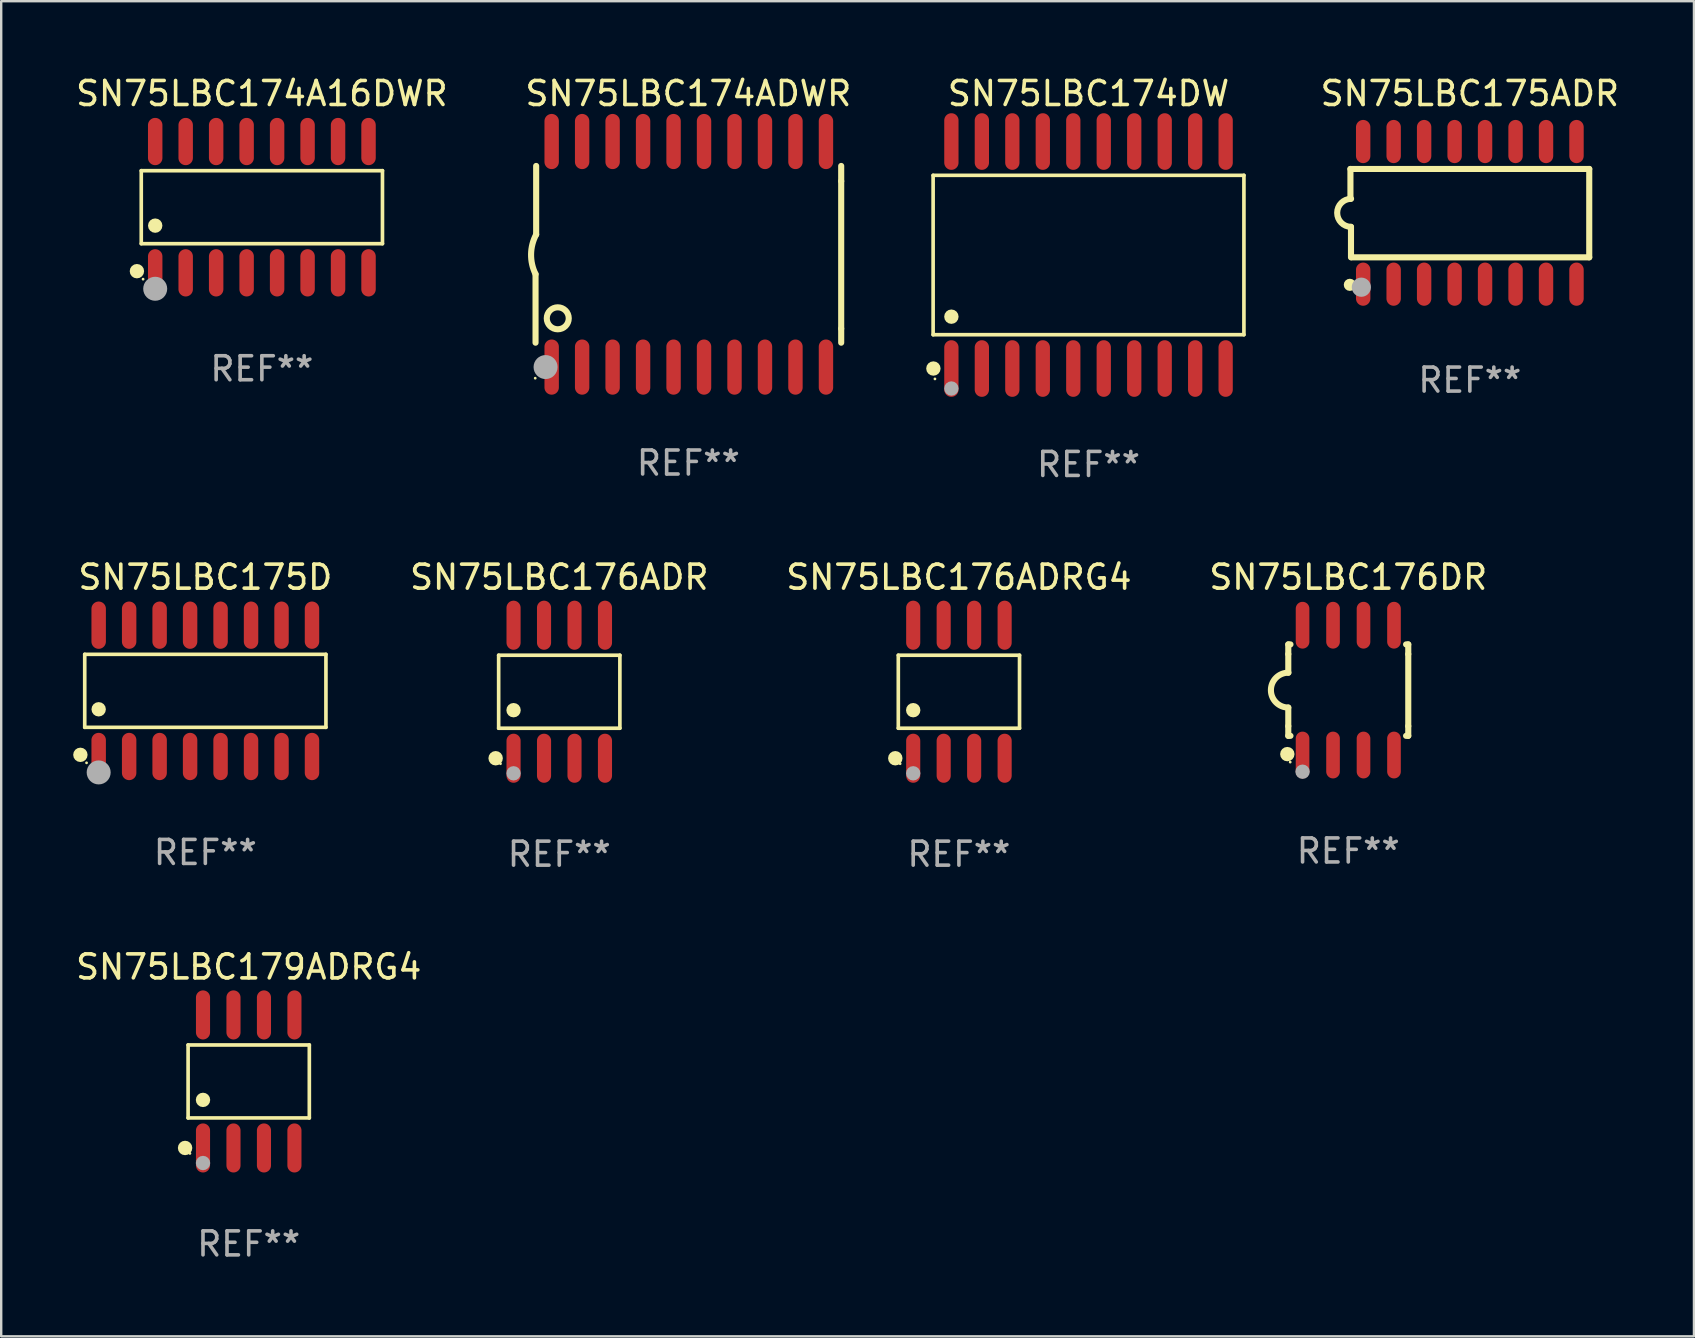
<source format=kicad_pcb>
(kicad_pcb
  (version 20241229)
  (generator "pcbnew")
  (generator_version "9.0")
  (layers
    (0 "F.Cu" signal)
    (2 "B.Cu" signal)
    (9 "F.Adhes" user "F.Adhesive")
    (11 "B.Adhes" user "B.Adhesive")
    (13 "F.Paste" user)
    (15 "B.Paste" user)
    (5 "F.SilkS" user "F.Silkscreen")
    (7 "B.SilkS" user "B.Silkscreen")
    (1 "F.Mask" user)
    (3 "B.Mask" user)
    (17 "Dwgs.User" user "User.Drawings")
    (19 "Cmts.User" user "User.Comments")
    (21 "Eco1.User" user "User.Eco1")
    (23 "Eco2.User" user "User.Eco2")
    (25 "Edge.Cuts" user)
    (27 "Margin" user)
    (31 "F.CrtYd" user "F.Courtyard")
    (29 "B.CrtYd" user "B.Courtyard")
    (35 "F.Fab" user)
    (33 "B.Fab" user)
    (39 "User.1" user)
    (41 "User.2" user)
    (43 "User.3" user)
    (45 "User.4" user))
  (footprint "SN75LBC176ADRG4"
    (layer "F.Cu")
    (at 36.912 25.777)
    (property "Reference" "SN75LBC176ADRG4" (at 0 -4.772 0) (layer "F.SilkS") (effects (font (size 1 1) (thickness 0.15))))
    (attr through_hole)
    (fp_line (start -2.526 -1.521) (end 2.526 -1.521) (stroke (width 0.152) (type solid)) (layer "F.SilkS"))
    (fp_line (start -2.526 1.521) (end -2.526 -1.521) (stroke (width 0.152) (type solid)) (layer "F.SilkS"))
    (fp_line (start 2.526 -1.521) (end 2.526 1.521) (stroke (width 0.152) (type solid)) (layer "F.SilkS"))
    (fp_line (start 2.526 1.521) (end -2.526 1.521) (stroke (width 0.152) (type solid)) (layer "F.SilkS"))
    (fp_circle (center -2.652 2.772) (end -2.501 2.772) (stroke (width 0.3) (type solid)) (fill no) (layer "F.SilkS"))
    (fp_circle (center -2.45 3) (end -2.42 3) (stroke (width 0.06) (type solid)) (fill no) (layer "F.SilkS"))
    (fp_circle (center -1.905 0.769) (end -1.755 0.769) (stroke (width 0.3) (type solid)) (fill no) (layer "F.SilkS"))
    (fp_circle (center -1.905 3.4) (end -1.755 3.4) (stroke (width 0.3) (type solid)) (fill no) (layer "F.Fab"))
    (fp_text user "REF**" (at 0 6.772 0) (layer "F.Fab") (effects (font (size 1 1) (thickness 0.15))))
    (pad "1" smd oval (at -1.905 2.772) (size 0.588 2.045) (layers "F.Cu" "F.Mask" "F.Paste"))
    (pad "2" smd oval (at -0.635 2.772) (size 0.588 2.045) (layers "F.Cu" "F.Mask" "F.Paste"))
    (pad "3" smd oval (at 0.635 2.772) (size 0.588 2.045) (layers "F.Cu" "F.Mask" "F.Paste"))
    (pad "4" smd oval (at 1.905 2.772) (size 0.588 2.045) (layers "F.Cu" "F.Mask" "F.Paste"))
    (pad "5" smd oval (at 1.905 -2.772) (size 0.588 2.045) (layers "F.Cu" "F.Mask" "F.Paste"))
    (pad "6" smd oval (at 0.635 -2.772) (size 0.588 2.045) (layers "F.Cu" "F.Mask" "F.Paste"))
    (pad "7" smd oval (at -0.635 -2.772) (size 0.588 2.045) (layers "F.Cu" "F.Mask" "F.Paste"))
    (pad "8" smd oval (at -1.905 -2.772) (size 0.588 2.045) (layers "F.Cu" "F.Mask" "F.Paste")))
  (footprint "SN75LBC175ADR"
    (layer "F.Cu")
    (at 58.204 5.82)
    (property "Reference" "SN75LBC175ADR" (at 0 -4.972 0) (layer "F.SilkS") (effects (font (size 1 1) (thickness 0.15))))
    (attr through_hole)
    (fp_line (start -4.976 -1.829) (end -4.976 -0.584) (stroke (width 0.254) (type solid)) (layer "F.SilkS"))
    (fp_line (start -4.953 0.584) (end -4.953 1.854) (stroke (width 0.254) (type solid)) (layer "F.SilkS"))
    (fp_line (start -4.928 1.854) (end 4.976 1.854) (stroke (width 0.254) (type solid)) (layer "F.SilkS"))
    (fp_line (start 4.976 -1.829) (end -4.976 -1.829) (stroke (width 0.254) (type solid)) (layer "F.SilkS"))
    (fp_line (start 4.976 1.854) (end 4.976 -1.829) (stroke (width 0.254) (type solid)) (layer "F.SilkS"))
    (fp_arc (start -4.95301 0.584201) (mid -5.533866 -0.00152) (end -4.950088 -0.584329) (stroke (width 0.254001) (type solid)) (layer "F.SilkS"))
    (fp_circle (center -5 3) (end -4.873 3) (stroke (width 0.254) (type solid)) (fill no) (layer "F.SilkS"))
    (fp_circle (center -4.521 3.099) (end -4.321 3.099) (stroke (width 0.4) (type solid)) (fill no) (layer "F.Fab"))
    (fp_text user "REF**" (at 0 6.972 0) (layer "F.Fab") (effects (font (size 1 1) (thickness 0.15))))
    (pad "1" smd oval (at -4.445 2.972 180) (size 0.6 1.8) (layers "F.Cu" "F.Mask" "F.Paste"))
    (pad "2" smd oval (at -3.175 2.972 180) (size 0.6 1.8) (layers "F.Cu" "F.Mask" "F.Paste"))
    (pad "3" smd oval (at -1.905 2.972 180) (size 0.6 1.8) (layers "F.Cu" "F.Mask" "F.Paste"))
    (pad "4" smd oval (at -0.635 2.972 180) (size 0.6 1.8) (layers "F.Cu" "F.Mask" "F.Paste"))
    (pad "5" smd oval (at 0.635 2.972 180) (size 0.6 1.8) (layers "F.Cu" "F.Mask" "F.Paste"))
    (pad "6" smd oval (at 1.905 2.972 180) (size 0.6 1.8) (layers "F.Cu" "F.Mask" "F.Paste"))
    (pad "7" smd oval (at 3.175 2.972 180) (size 0.6 1.8) (layers "F.Cu" "F.Mask" "F.Paste"))
    (pad "8" smd oval (at 4.445 2.972 180) (size 0.6 1.8) (layers "F.Cu" "F.Mask" "F.Paste"))
    (pad "9" smd oval (at 4.445 -2.972 180) (size 0.6 1.8) (layers "F.Cu" "F.Mask" "F.Paste"))
    (pad "10" smd oval (at 3.175 -2.972 180) (size 0.6 1.8) (layers "F.Cu" "F.Mask" "F.Paste"))
    (pad "11" smd oval (at 1.905 -2.972 180) (size 0.6 1.8) (layers "F.Cu" "F.Mask" "F.Paste"))
    (pad "12" smd oval (at 0.635 -2.972 180) (size 0.6 1.8) (layers "F.Cu" "F.Mask" "F.Paste"))
    (pad "13" smd oval (at -0.635 -2.972 180) (size 0.6 1.8) (layers "F.Cu" "F.Mask" "F.Paste"))
    (pad "14" smd oval (at -1.905 -2.972 180) (size 0.6 1.8) (layers "F.Cu" "F.Mask" "F.Paste"))
    (pad "15" smd oval (at -3.175 -2.972 180) (size 0.6 1.8) (layers "F.Cu" "F.Mask" "F.Paste"))
    (pad "16" smd oval (at -4.445 -2.972 180) (size 0.6 1.8) (layers "F.Cu" "F.Mask" "F.Paste")))
  (footprint "SN75LBC174A16DWR"
    (layer "F.Cu")
    (at 7.863 5.584)
    (property "Reference" "SN75LBC174A16DWR" (at 0 -4.736 0) (layer "F.SilkS") (effects (font (size 1 1) (thickness 0.15))))
    (attr through_hole)
    (fp_line (start -5.026 -1.521) (end 5.026 -1.521) (stroke (width 0.152) (type solid)) (layer "F.SilkS"))
    (fp_line (start -5.026 1.521) (end -5.026 -1.521) (stroke (width 0.152) (type solid)) (layer "F.SilkS"))
    (fp_line (start 5.026 -1.521) (end 5.026 1.521) (stroke (width 0.152) (type solid)) (layer "F.SilkS"))
    (fp_line (start 5.026 1.521) (end -5.026 1.521) (stroke (width 0.152) (type solid)) (layer "F.SilkS"))
    (fp_circle (center -5.207 2.667) (end -5.057 2.667) (stroke (width 0.3) (type solid)) (fill no) (layer "F.SilkS"))
    (fp_circle (center -4.95 3) (end -4.92 3) (stroke (width 0.06) (type solid)) (fill no) (layer "F.SilkS"))
    (fp_circle (center -4.445 0.769) (end -4.295 0.769) (stroke (width 0.3) (type solid)) (fill no) (layer "F.SilkS"))
    (fp_circle (center -4.445 3.4) (end -4.195 3.4) (stroke (width 0.5) (type solid)) (fill no) (layer "F.Fab"))
    (fp_text user "REF**" (at 0 6.736 0) (layer "F.Fab") (effects (font (size 1 1) (thickness 0.15))))
    (pad "1" smd oval (at -4.445 2.736) (size 0.602 1.971) (layers "F.Cu" "F.Mask" "F.Paste"))
    (pad "2" smd oval (at -3.175 2.736) (size 0.602 1.971) (layers "F.Cu" "F.Mask" "F.Paste"))
    (pad "3" smd oval (at -1.905 2.736) (size 0.602 1.971) (layers "F.Cu" "F.Mask" "F.Paste"))
    (pad "4" smd oval (at -0.635 2.736) (size 0.602 1.971) (layers "F.Cu" "F.Mask" "F.Paste"))
    (pad "5" smd oval (at 0.635 2.736) (size 0.602 1.971) (layers "F.Cu" "F.Mask" "F.Paste"))
    (pad "6" smd oval (at 1.905 2.736) (size 0.602 1.971) (layers "F.Cu" "F.Mask" "F.Paste"))
    (pad "7" smd oval (at 3.175 2.736) (size 0.602 1.971) (layers "F.Cu" "F.Mask" "F.Paste"))
    (pad "8" smd oval (at 4.445 2.736) (size 0.602 1.971) (layers "F.Cu" "F.Mask" "F.Paste"))
    (pad "9" smd oval (at 4.445 -2.736) (size 0.602 1.971) (layers "F.Cu" "F.Mask" "F.Paste"))
    (pad "10" smd oval (at 3.175 -2.736) (size 0.602 1.971) (layers "F.Cu" "F.Mask" "F.Paste"))
    (pad "11" smd oval (at 1.905 -2.736) (size 0.602 1.971) (layers "F.Cu" "F.Mask" "F.Paste"))
    (pad "12" smd oval (at 0.635 -2.736) (size 0.602 1.971) (layers "F.Cu" "F.Mask" "F.Paste"))
    (pad "13" smd oval (at -0.635 -2.736) (size 0.602 1.971) (layers "F.Cu" "F.Mask" "F.Paste"))
    (pad "14" smd oval (at -1.905 -2.736) (size 0.602 1.971) (layers "F.Cu" "F.Mask" "F.Paste"))
    (pad "15" smd oval (at -3.175 -2.736) (size 0.602 1.971) (layers "F.Cu" "F.Mask" "F.Paste"))
    (pad "16" smd oval (at -4.445 -2.736) (size 0.602 1.971) (layers "F.Cu" "F.Mask" "F.Paste")))
  (footprint "SN75LBC179ADRG4"
    (layer "F.Cu")
    (at 7.315 42.018)
    (property "Reference" "SN75LBC179ADRG4" (at 0 -4.772 0) (layer "F.SilkS") (effects (font (size 1 1) (thickness 0.15))))
    (attr through_hole)
    (fp_line (start -2.526 -1.521) (end 2.526 -1.521) (stroke (width 0.152) (type solid)) (layer "F.SilkS"))
    (fp_line (start -2.526 1.521) (end -2.526 -1.521) (stroke (width 0.152) (type solid)) (layer "F.SilkS"))
    (fp_line (start 2.526 -1.521) (end 2.526 1.521) (stroke (width 0.152) (type solid)) (layer "F.SilkS"))
    (fp_line (start 2.526 1.521) (end -2.526 1.521) (stroke (width 0.152) (type solid)) (layer "F.SilkS"))
    (fp_circle (center -2.652 2.772) (end -2.501 2.772) (stroke (width 0.3) (type solid)) (fill no) (layer "F.SilkS"))
    (fp_circle (center -2.45 3) (end -2.42 3) (stroke (width 0.06) (type solid)) (fill no) (layer "F.SilkS"))
    (fp_circle (center -1.905 0.769) (end -1.755 0.769) (stroke (width 0.3) (type solid)) (fill no) (layer "F.SilkS"))
    (fp_circle (center -1.905 3.4) (end -1.755 3.4) (stroke (width 0.3) (type solid)) (fill no) (layer "F.Fab"))
    (fp_text user "REF**" (at 0 6.772 0) (layer "F.Fab") (effects (font (size 1 1) (thickness 0.15))))
    (pad "1" smd oval (at -1.905 2.772) (size 0.588 2.045) (layers "F.Cu" "F.Mask" "F.Paste"))
    (pad "2" smd oval (at -0.635 2.772) (size 0.588 2.045) (layers "F.Cu" "F.Mask" "F.Paste"))
    (pad "3" smd oval (at 0.635 2.772) (size 0.588 2.045) (layers "F.Cu" "F.Mask" "F.Paste"))
    (pad "4" smd oval (at 1.905 2.772) (size 0.588 2.045) (layers "F.Cu" "F.Mask" "F.Paste"))
    (pad "5" smd oval (at 1.905 -2.772) (size 0.588 2.045) (layers "F.Cu" "F.Mask" "F.Paste"))
    (pad "6" smd oval (at 0.635 -2.772) (size 0.588 2.045) (layers "F.Cu" "F.Mask" "F.Paste"))
    (pad "7" smd oval (at -0.635 -2.772) (size 0.588 2.045) (layers "F.Cu" "F.Mask" "F.Paste"))
    (pad "8" smd oval (at -1.905 -2.772) (size 0.588 2.045) (layers "F.Cu" "F.Mask" "F.Paste")))
  (footprint "SN75LBC176ADR"
    (layer "F.Cu")
    (at 20.257 25.777)
    (property "Reference" "SN75LBC176ADR" (at 0 -4.772 0) (layer "F.SilkS") (effects (font (size 1 1) (thickness 0.15))))
    (attr through_hole)
    (fp_line (start -2.526 -1.521) (end 2.526 -1.521) (stroke (width 0.152) (type solid)) (layer "F.SilkS"))
    (fp_line (start -2.526 1.521) (end -2.526 -1.521) (stroke (width 0.152) (type solid)) (layer "F.SilkS"))
    (fp_line (start 2.526 -1.521) (end 2.526 1.521) (stroke (width 0.152) (type solid)) (layer "F.SilkS"))
    (fp_line (start 2.526 1.521) (end -2.526 1.521) (stroke (width 0.152) (type solid)) (layer "F.SilkS"))
    (fp_circle (center -2.652 2.772) (end -2.501 2.772) (stroke (width 0.3) (type solid)) (fill no) (layer "F.SilkS"))
    (fp_circle (center -2.45 3) (end -2.42 3) (stroke (width 0.06) (type solid)) (fill no) (layer "F.SilkS"))
    (fp_circle (center -1.905 0.769) (end -1.755 0.769) (stroke (width 0.3) (type solid)) (fill no) (layer "F.SilkS"))
    (fp_circle (center -1.905 3.4) (end -1.755 3.4) (stroke (width 0.3) (type solid)) (fill no) (layer "F.Fab"))
    (fp_text user "REF**" (at 0 6.772 0) (layer "F.Fab") (effects (font (size 1 1) (thickness 0.15))))
    (pad "1" smd oval (at -1.905 2.772) (size 0.588 2.045) (layers "F.Cu" "F.Mask" "F.Paste"))
    (pad "2" smd oval (at -0.635 2.772) (size 0.588 2.045) (layers "F.Cu" "F.Mask" "F.Paste"))
    (pad "3" smd oval (at 0.635 2.772) (size 0.588 2.045) (layers "F.Cu" "F.Mask" "F.Paste"))
    (pad "4" smd oval (at 1.905 2.772) (size 0.588 2.045) (layers "F.Cu" "F.Mask" "F.Paste"))
    (pad "5" smd oval (at 1.905 -2.772) (size 0.588 2.045) (layers "F.Cu" "F.Mask" "F.Paste"))
    (pad "6" smd oval (at 0.635 -2.772) (size 0.588 2.045) (layers "F.Cu" "F.Mask" "F.Paste"))
    (pad "7" smd oval (at -0.635 -2.772) (size 0.588 2.045) (layers "F.Cu" "F.Mask" "F.Paste"))
    (pad "8" smd oval (at -1.905 -2.772) (size 0.588 2.045) (layers "F.Cu" "F.Mask" "F.Paste")))
  (footprint "SN75LBC175D"
    (layer "F.Cu")
    (at 5.507 25.74)
    (property "Reference" "SN75LBC175D" (at 0 -4.736 0) (layer "F.SilkS") (effects (font (size 1 1) (thickness 0.15))))
    (attr through_hole)
    (fp_line (start -5.026 -1.521) (end 5.026 -1.521) (stroke (width 0.152) (type solid)) (layer "F.SilkS"))
    (fp_line (start -5.026 1.521) (end -5.026 -1.521) (stroke (width 0.152) (type solid)) (layer "F.SilkS"))
    (fp_line (start 5.026 -1.521) (end 5.026 1.521) (stroke (width 0.152) (type solid)) (layer "F.SilkS"))
    (fp_line (start 5.026 1.521) (end -5.026 1.521) (stroke (width 0.152) (type solid)) (layer "F.SilkS"))
    (fp_circle (center -5.207 2.667) (end -5.057 2.667) (stroke (width 0.3) (type solid)) (fill no) (layer "F.SilkS"))
    (fp_circle (center -4.95 3) (end -4.92 3) (stroke (width 0.06) (type solid)) (fill no) (layer "F.SilkS"))
    (fp_circle (center -4.445 0.769) (end -4.295 0.769) (stroke (width 0.3) (type solid)) (fill no) (layer "F.SilkS"))
    (fp_circle (center -4.445 3.4) (end -4.195 3.4) (stroke (width 0.5) (type solid)) (fill no) (layer "F.Fab"))
    (fp_text user "REF**" (at 0 6.736 0) (layer "F.Fab") (effects (font (size 1 1) (thickness 0.15))))
    (pad "1" smd oval (at -4.445 2.736) (size 0.602 1.971) (layers "F.Cu" "F.Mask" "F.Paste"))
    (pad "2" smd oval (at -3.175 2.736) (size 0.602 1.971) (layers "F.Cu" "F.Mask" "F.Paste"))
    (pad "3" smd oval (at -1.905 2.736) (size 0.602 1.971) (layers "F.Cu" "F.Mask" "F.Paste"))
    (pad "4" smd oval (at -0.635 2.736) (size 0.602 1.971) (layers "F.Cu" "F.Mask" "F.Paste"))
    (pad "5" smd oval (at 0.635 2.736) (size 0.602 1.971) (layers "F.Cu" "F.Mask" "F.Paste"))
    (pad "6" smd oval (at 1.905 2.736) (size 0.602 1.971) (layers "F.Cu" "F.Mask" "F.Paste"))
    (pad "7" smd oval (at 3.175 2.736) (size 0.602 1.971) (layers "F.Cu" "F.Mask" "F.Paste"))
    (pad "8" smd oval (at 4.445 2.736) (size 0.602 1.971) (layers "F.Cu" "F.Mask" "F.Paste"))
    (pad "9" smd oval (at 4.445 -2.736) (size 0.602 1.971) (layers "F.Cu" "F.Mask" "F.Paste"))
    (pad "10" smd oval (at 3.175 -2.736) (size 0.602 1.971) (layers "F.Cu" "F.Mask" "F.Paste"))
    (pad "11" smd oval (at 1.905 -2.736) (size 0.602 1.971) (layers "F.Cu" "F.Mask" "F.Paste"))
    (pad "12" smd oval (at 0.635 -2.736) (size 0.602 1.971) (layers "F.Cu" "F.Mask" "F.Paste"))
    (pad "13" smd oval (at -0.635 -2.736) (size 0.602 1.971) (layers "F.Cu" "F.Mask" "F.Paste"))
    (pad "14" smd oval (at -1.905 -2.736) (size 0.602 1.971) (layers "F.Cu" "F.Mask" "F.Paste"))
    (pad "15" smd oval (at -3.175 -2.736) (size 0.602 1.971) (layers "F.Cu" "F.Mask" "F.Paste"))
    (pad "16" smd oval (at -4.445 -2.736) (size 0.602 1.971) (layers "F.Cu" "F.Mask" "F.Paste")))
  (footprint "SN75LBC176DR"
    (layer "F.Cu")
    (at 53.138 25.71)
    (property "Reference" "SN75LBC176DR" (at 0 -4.705 0) (layer "F.SilkS") (effects (font (size 1 1) (thickness 0.15))))
    (attr through_hole)
    (fp_line (start -2.5 -1.905) (end -2.409 -1.905) (stroke (width 0.254) (type solid)) (layer "F.SilkS"))
    (fp_line (start -2.5 -1.5) (end -2.5 -1.905) (stroke (width 0.254) (type solid)) (layer "F.SilkS"))
    (fp_line (start -2.5 -1.5) (end -2.5 -0.726) (stroke (width 0.254) (type solid)) (layer "F.SilkS"))
    (fp_line (start -2.5 1.5) (end -2.5 0.727) (stroke (width 0.254) (type solid)) (layer "F.SilkS"))
    (fp_line (start -2.5 1.5) (end -2.5 1.905) (stroke (width 0.254) (type solid)) (layer "F.SilkS"))
    (fp_line (start -2.5 1.905) (end -2.409 1.905) (stroke (width 0.254) (type solid)) (layer "F.SilkS"))
    (fp_line (start 2.5 -1.905) (end 2.409 -1.905) (stroke (width 0.254) (type solid)) (layer "F.SilkS"))
    (fp_line (start 2.5 -1.5) (end 2.5 -1.905) (stroke (width 0.254) (type solid)) (layer "F.SilkS"))
    (fp_line (start 2.5 -1.5) (end 2.5 1.5) (stroke (width 0.254) (type solid)) (layer "F.SilkS"))
    (fp_line (start 2.5 1.5) (end 2.5 1.905) (stroke (width 0.254) (type solid)) (layer "F.SilkS"))
    (fp_line (start 2.5 1.905) (end 2.409 1.905) (stroke (width 0.254) (type solid)) (layer "F.SilkS"))
    (fp_arc (start -2.5 0.726568) (mid -3.220316 -0.0023) (end -2.495097 -0.726289) (stroke (width 0.254001) (type solid)) (layer "F.SilkS"))
    (fp_circle (center -2.54 2.667) (end -2.39 2.667) (stroke (width 0.3) (type solid)) (fill no) (layer "F.SilkS"))
    (fp_circle (center -2.42 3) (end -2.39 3) (stroke (width 0.06) (type solid)) (fill no) (layer "F.SilkS"))
    (fp_circle (center -1.905 3.4) (end -1.755 3.4) (stroke (width 0.3) (type solid)) (fill no) (layer "F.Fab"))
    (fp_text user "REF**" (at 0 6.705 0) (layer "F.Fab") (effects (font (size 1 1) (thickness 0.15))))
    (pad "1" smd oval (at -1.905 2.705) (size 0.568 1.95) (layers "F.Cu" "F.Mask" "F.Paste"))
    (pad "2" smd oval (at -0.635 2.705) (size 0.568 1.95) (layers "F.Cu" "F.Mask" "F.Paste"))
    (pad "3" smd oval (at 0.635 2.705) (size 0.568 1.95) (layers "F.Cu" "F.Mask" "F.Paste"))
    (pad "4" smd oval (at 1.905 2.705) (size 0.568 1.95) (layers "F.Cu" "F.Mask" "F.Paste"))
    (pad "5" smd oval (at 1.905 -2.705) (size 0.568 1.95) (layers "F.Cu" "F.Mask" "F.Paste"))
    (pad "6" smd oval (at 0.635 -2.705) (size 0.568 1.95) (layers "F.Cu" "F.Mask" "F.Paste"))
    (pad "7" smd oval (at -0.635 -2.705) (size 0.568 1.95) (layers "F.Cu" "F.Mask" "F.Paste"))
    (pad "8" smd oval (at -1.905 -2.705) (size 0.568 1.95) (layers "F.Cu" "F.Mask" "F.Paste")))
  (footprint "SN75LBC174ADWR"
    (layer "F.Cu")
    (at 25.637 7.548)
    (property "Reference" "SN75LBC174ADWR" (at 0 -6.7 0) (layer "F.SilkS") (effects (font (size 1 1) (thickness 0.15))))
    (attr through_hole)
    (fp_line (start -6.369 0.826) (end -6.369 3.683) (stroke (width 0.254) (type solid)) (layer "F.SilkS"))
    (fp_line (start -6.343 -0.825) (end -6.343 -3.683) (stroke (width 0.254) (type solid)) (layer "F.SilkS"))
    (fp_line (start 6.369 -3.048) (end 6.369 -3.683) (stroke (width 0.254) (type solid)) (layer "F.SilkS"))
    (fp_line (start 6.369 -3.048) (end 6.369 3.096) (stroke (width 0.254) (type solid)) (layer "F.SilkS"))
    (fp_line (start 6.369 3.096) (end 6.369 3.683) (stroke (width 0.254) (type solid)) (layer "F.SilkS"))
    (fp_arc (start -6.36853 0.825552) (mid -6.554743 -0.00301) (end -6.343129 -0.825451) (stroke (width 0.254001) (type solid)) (layer "F.SilkS"))
    (fp_circle (center -6.382 5.163) (end -6.352 5.163) (stroke (width 0.06) (type solid)) (fill no) (layer "F.SilkS"))
    (fp_circle (center -5.443 2.667) (end -4.985 2.667) (stroke (width 0.254) (type solid)) (fill no) (layer "F.SilkS"))
    (fp_circle (center -5.951 4.699) (end -5.701 4.699) (stroke (width 0.5) (type solid)) (fill no) (layer "F.Fab"))
    (fp_text user "REF**" (at 0 8.7 0) (layer "F.Fab") (effects (font (size 1 1) (thickness 0.15))))
    (pad "1" smd oval (at -5.697 4.7 180) (size 0.6 2.3) (layers "F.Cu" "F.Mask" "F.Paste"))
    (pad "2" smd oval (at -4.427 4.7 180) (size 0.6 2.3) (layers "F.Cu" "F.Mask" "F.Paste"))
    (pad "3" smd oval (at -3.157 4.7 180) (size 0.6 2.3) (layers "F.Cu" "F.Mask" "F.Paste"))
    (pad "4" smd oval (at -1.887 4.7 180) (size 0.6 2.3) (layers "F.Cu" "F.Mask" "F.Paste"))
    (pad "5" smd oval (at -0.617 4.7 180) (size 0.6 2.3) (layers "F.Cu" "F.Mask" "F.Paste"))
    (pad "6" smd oval (at 0.653 4.7 180) (size 0.6 2.3) (layers "F.Cu" "F.Mask" "F.Paste"))
    (pad "7" smd oval (at 1.923 4.7 180) (size 0.6 2.3) (layers "F.Cu" "F.Mask" "F.Paste"))
    (pad "8" smd oval (at 3.193 4.7 180) (size 0.6 2.3) (layers "F.Cu" "F.Mask" "F.Paste"))
    (pad "9" smd oval (at 4.463 4.7 180) (size 0.6 2.3) (layers "F.Cu" "F.Mask" "F.Paste"))
    (pad "10" smd oval (at 5.734 4.7 180) (size 0.6 2.3) (layers "F.Cu" "F.Mask" "F.Paste"))
    (pad "11" smd oval (at 5.734 -4.7 180) (size 0.6 2.3) (layers "F.Cu" "F.Mask" "F.Paste"))
    (pad "12" smd oval (at 4.463 -4.7 180) (size 0.6 2.3) (layers "F.Cu" "F.Mask" "F.Paste"))
    (pad "13" smd oval (at 3.193 -4.7 180) (size 0.6 2.3) (layers "F.Cu" "F.Mask" "F.Paste"))
    (pad "14" smd oval (at 1.923 -4.7 180) (size 0.6 2.3) (layers "F.Cu" "F.Mask" "F.Paste"))
    (pad "15" smd oval (at 0.653 -4.7 180) (size 0.6 2.3) (layers "F.Cu" "F.Mask" "F.Paste"))
    (pad "16" smd oval (at -0.617 -4.7 180) (size 0.6 2.3) (layers "F.Cu" "F.Mask" "F.Paste"))
    (pad "17" smd oval (at -1.887 -4.7 180) (size 0.6 2.3) (layers "F.Cu" "F.Mask" "F.Paste"))
    (pad "18" smd oval (at -3.157 -4.7 180) (size 0.6 2.3) (layers "F.Cu" "F.Mask" "F.Paste"))
    (pad "19" smd oval (at -4.427 -4.7 180) (size 0.6 2.3) (layers "F.Cu" "F.Mask" "F.Paste"))
    (pad "20" smd oval (at -5.697 -4.7 180) (size 0.6 2.3) (layers "F.Cu" "F.Mask" "F.Paste")))
  (footprint "SN75LBC174DW"
    (layer "F.Cu")
    (at 42.313 7.578)
    (property "Reference" "SN75LBC174DW" (at 0 -6.73 0) (layer "F.SilkS") (effects (font (size 1 1) (thickness 0.15))))
    (attr through_hole)
    (fp_line (start -6.476 -3.321) (end 6.476 -3.321) (stroke (width 0.152) (type solid)) (layer "F.SilkS"))
    (fp_line (start -6.476 3.321) (end -6.476 -3.321) (stroke (width 0.152) (type solid)) (layer "F.SilkS"))
    (fp_line (start 6.476 -3.321) (end 6.476 3.321) (stroke (width 0.152) (type solid)) (layer "F.SilkS"))
    (fp_line (start 6.476 3.321) (end -6.476 3.321) (stroke (width 0.152) (type solid)) (layer "F.SilkS"))
    (fp_circle (center -6.465 4.73) (end -6.315 4.73) (stroke (width 0.3) (type solid)) (fill no) (layer "F.SilkS"))
    (fp_circle (center -6.4 5.163) (end -6.37 5.163) (stroke (width 0.06) (type solid)) (fill no) (layer "F.SilkS"))
    (fp_circle (center -5.715 2.569) (end -5.565 2.569) (stroke (width 0.3) (type solid)) (fill no) (layer "F.SilkS"))
    (fp_circle (center -5.715 5.563) (end -5.565 5.563) (stroke (width 0.3) (type solid)) (fill no) (layer "F.Fab"))
    (fp_text user "REF**" (at 0 8.73 0) (layer "F.Fab") (effects (font (size 1 1) (thickness 0.15))))
    (pad "1" smd oval (at -5.715 4.73) (size 0.595 2.36) (layers "F.Cu" "F.Mask" "F.Paste"))
    (pad "2" smd oval (at -4.445 4.73) (size 0.595 2.36) (layers "F.Cu" "F.Mask" "F.Paste"))
    (pad "3" smd oval (at -3.175 4.73) (size 0.595 2.36) (layers "F.Cu" "F.Mask" "F.Paste"))
    (pad "4" smd oval (at -1.905 4.73) (size 0.595 2.36) (layers "F.Cu" "F.Mask" "F.Paste"))
    (pad "5" smd oval (at -0.635 4.73) (size 0.595 2.36) (layers "F.Cu" "F.Mask" "F.Paste"))
    (pad "6" smd oval (at 0.635 4.73) (size 0.595 2.36) (layers "F.Cu" "F.Mask" "F.Paste"))
    (pad "7" smd oval (at 1.905 4.73) (size 0.595 2.36) (layers "F.Cu" "F.Mask" "F.Paste"))
    (pad "8" smd oval (at 3.175 4.73) (size 0.595 2.36) (layers "F.Cu" "F.Mask" "F.Paste"))
    (pad "9" smd oval (at 4.445 4.73) (size 0.595 2.36) (layers "F.Cu" "F.Mask" "F.Paste"))
    (pad "10" smd oval (at 5.715 4.73) (size 0.595 2.36) (layers "F.Cu" "F.Mask" "F.Paste"))
    (pad "11" smd oval (at 5.715 -4.73) (size 0.595 2.36) (layers "F.Cu" "F.Mask" "F.Paste"))
    (pad "12" smd oval (at 4.445 -4.73) (size 0.595 2.36) (layers "F.Cu" "F.Mask" "F.Paste"))
    (pad "13" smd oval (at 3.175 -4.73) (size 0.595 2.36) (layers "F.Cu" "F.Mask" "F.Paste"))
    (pad "14" smd oval (at 1.905 -4.73) (size 0.595 2.36) (layers "F.Cu" "F.Mask" "F.Paste"))
    (pad "15" smd oval (at 0.635 -4.73) (size 0.595 2.36) (layers "F.Cu" "F.Mask" "F.Paste"))
    (pad "16" smd oval (at -0.635 -4.73) (size 0.595 2.36) (layers "F.Cu" "F.Mask" "F.Paste"))
    (pad "17" smd oval (at -1.905 -4.73) (size 0.595 2.36) (layers "F.Cu" "F.Mask" "F.Paste"))
    (pad "18" smd oval (at -3.175 -4.73) (size 0.595 2.36) (layers "F.Cu" "F.Mask" "F.Paste"))
    (pad "19" smd oval (at -4.445 -4.73) (size 0.595 2.36) (layers "F.Cu" "F.Mask" "F.Paste"))
    (pad "20" smd oval (at -5.715 -4.73) (size 0.595 2.36) (layers "F.Cu" "F.Mask" "F.Paste")))
  (gr_rect
    (start -3 -3)
    (end 67.544 52.639)
    (stroke (width 0.1) (type default))
    (fill no)
    (layer "Edge.Cuts")))
</source>
